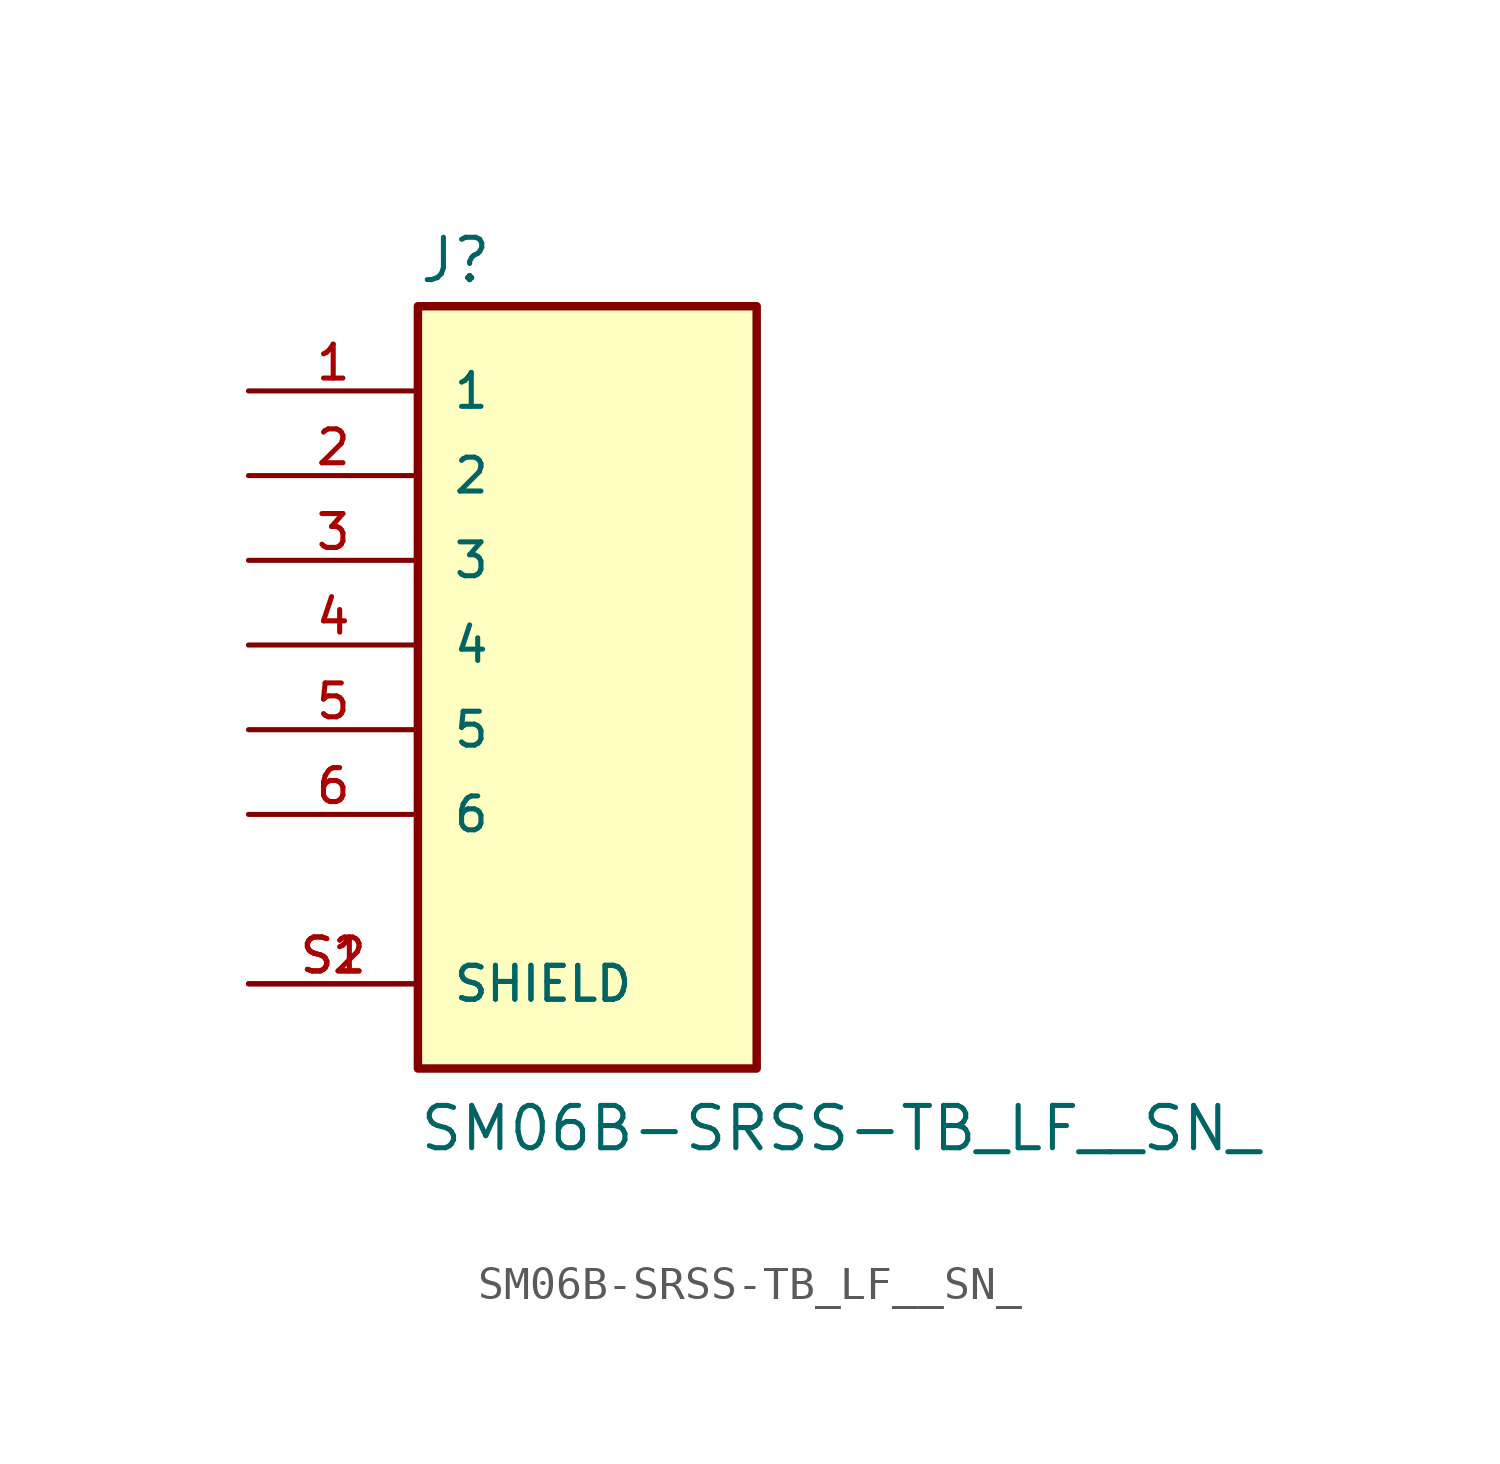
<source format=kicad_sym>
(kicad_symbol_lib
  (version 20211014)
  (generator kicad_symbol_editor)
  (symbol "SM06B-SRSS-TB_LF__SN_"
    (pin_names
      (offset 1.016))
    (property "Reference" "J"
      (at -5.08 13.335 0)
      (effects (font (size 1.27 1.27)) (justify bottom left)))
    (property "Value" "SM06B-SRSS-TB_LF__SN_"
      (at -5.08 -12.7 0)
      (effects (font (size 1.27 1.27)) (justify bottom left)))
    (symbol "SM06B-SRSS-TB_LF__SN__0_0"
      (rectangle (start -5.08 -10.16) (end 5.08 12.7) (stroke (width 0.254)) (fill (type background)))
      (pin passive line (at -10.16 10.16 0) (length 5.08) (name "1" (effects (font (size 1.016 1.016)))) (number "1" (effects (font (size 1.016 1.016)))))
      (pin passive line (at -10.16 7.62 0) (length 5.08) (name "2" (effects (font (size 1.016 1.016)))) (number "2" (effects (font (size 1.016 1.016)))))
      (pin passive line (at -10.16 5.08 0) (length 5.08) (name "3" (effects (font (size 1.016 1.016)))) (number "3" (effects (font (size 1.016 1.016)))))
      (pin passive line (at -10.16 2.54 0) (length 5.08) (name "4" (effects (font (size 1.016 1.016)))) (number "4" (effects (font (size 1.016 1.016)))))
      (pin passive line (at -10.16 0.0 0) (length 5.08) (name "5" (effects (font (size 1.016 1.016)))) (number "5" (effects (font (size 1.016 1.016)))))
      (pin passive line (at -10.16 -2.54 0) (length 5.08) (name "6" (effects (font (size 1.016 1.016)))) (number "6" (effects (font (size 1.016 1.016)))))
      (pin passive line (at -10.16 -7.62 0) (length 5.08) (name "SHIELD" (effects (font (size 1.016 1.016)))) (number "S1" (effects (font (size 1.016 1.016)))))
      (pin passive line (at -10.16 -7.62 0) (length 5.08) (name "SHIELD" (effects (font (size 1.016 1.016)))) (number "S2" (effects (font (size 1.016 1.016))))))))
</source>
